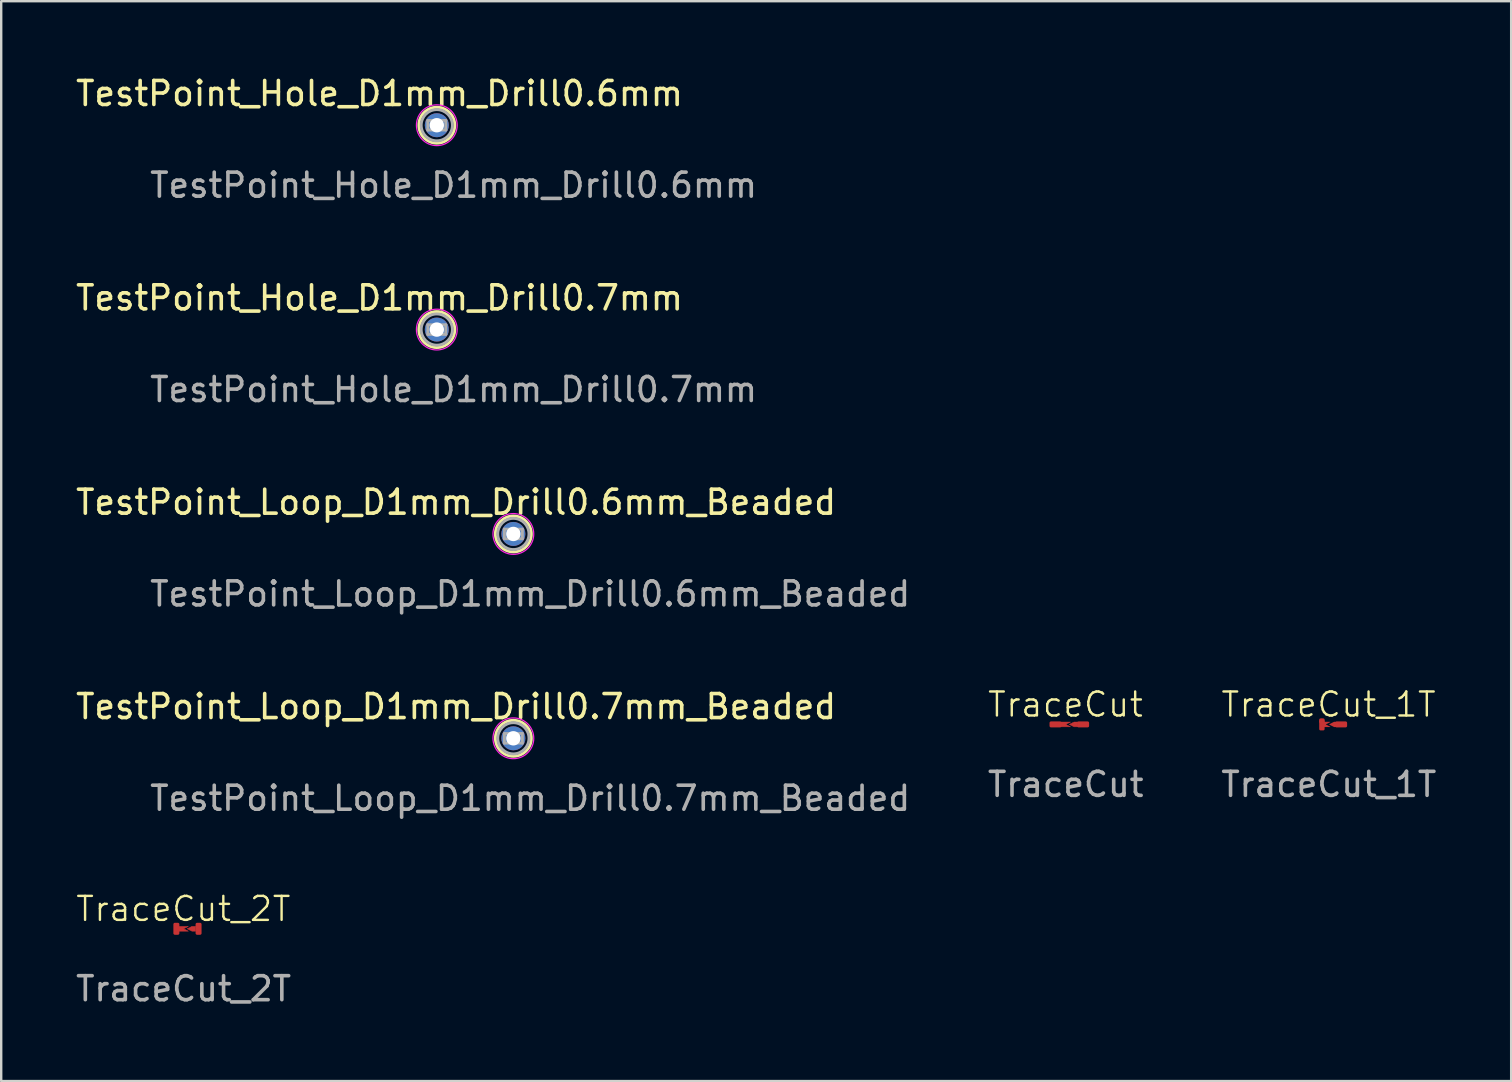
<source format=kicad_pcb>
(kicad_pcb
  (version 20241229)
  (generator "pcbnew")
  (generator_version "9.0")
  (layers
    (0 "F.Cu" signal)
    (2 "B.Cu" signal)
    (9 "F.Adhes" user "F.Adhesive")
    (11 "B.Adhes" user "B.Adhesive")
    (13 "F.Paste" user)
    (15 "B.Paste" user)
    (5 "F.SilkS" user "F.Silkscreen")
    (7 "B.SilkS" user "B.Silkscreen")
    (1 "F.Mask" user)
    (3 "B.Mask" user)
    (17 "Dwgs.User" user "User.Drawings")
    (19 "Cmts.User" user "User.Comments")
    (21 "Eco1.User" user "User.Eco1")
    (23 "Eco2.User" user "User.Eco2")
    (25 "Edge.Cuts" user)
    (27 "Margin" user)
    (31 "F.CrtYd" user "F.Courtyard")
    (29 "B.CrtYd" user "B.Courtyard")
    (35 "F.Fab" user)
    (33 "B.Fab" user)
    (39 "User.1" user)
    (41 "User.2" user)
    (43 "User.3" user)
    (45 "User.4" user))
  (footprint "TraceCut"
    (layer "F.Cu")
    (at 41.367 27.142)
    (property "Reference" "TraceCut" (at -0.01 -0.83 0) (unlocked yes) (layer "F.SilkS") (effects (font (size 1 1) (thickness 0.1))))
    (attr smd)
    (fp_poly (pts (xy 0.15 0) (xy 0.35 -0.1) (xy 0.5 -0.1) (xy 0.5 0.1) (xy 0.35 0.1)) (stroke (width 0.02) (type solid)) (fill yes) (layer "F.Cu"))
    (fp_poly (pts (xy 0.2 -0.1) (xy 0 0) (xy 0.2 0.1) (xy -0.2 0.1) (xy -0.2 -0.1)) (stroke (width 0.02) (type solid)) (fill yes) (layer "F.Cu"))
    (fp_poly (pts (xy -0.06 -0.11) (xy 0.37 -0.11) (xy 0.37 0.11) (xy -0.06 0.11)) (stroke (width 0.02) (type solid)) (fill yes) (layer "F.Mask"))
    (fp_text user "${REFERENCE}" (at 0 2.5 0) (unlocked yes) (layer "F.Fab") (effects (font (size 1 1) (thickness 0.15))))
    (pad "1" smd roundrect (at -0.425 0) (size 0.5 0.25) (layers "F.Cu" "F.Mask" "F.Paste") (roundrect_rratio 0.25))
    (pad "2" smd roundrect (at 0.725 0) (size 0.5 0.25) (layers "F.Cu" "F.Mask" "F.Paste") (roundrect_rratio 0.25)))
  (footprint "TestPoint_Loop_D1mm_Drill0.6mm_Beaded"
    (layer "F.Cu")
    (at 18.346 19.204)
    (property "Reference" "TestPoint_Loop_D1mm_Drill0.6mm_Beaded" (at -2.388 -1.321 0) (layer "F.SilkS") (effects (font (size 1 1) (thickness 0.15))))
    (attr through_hole)
    (fp_circle (center 0 0) (end 0.75 0) (stroke (width 0.12) (type solid)) (fill no) (layer "F.SilkS"))
    (fp_circle (center 0 0) (end 0.85 0) (stroke (width 0.05) (type solid)) (fill no) (layer "F.CrtYd"))
    (fp_line (start -0.375 -0.2) (end 0.375 -0.2) (stroke (width 0.12) (type solid)) (layer "F.Fab"))
    (fp_line (start -0.375 0.2) (end -0.375 -0.2) (stroke (width 0.12) (type solid)) (layer "F.Fab"))
    (fp_line (start 0.375 -0.2) (end 0.375 0.2) (stroke (width 0.12) (type solid)) (layer "F.Fab"))
    (fp_line (start 0.375 0.2) (end -0.375 0.2) (stroke (width 0.12) (type solid)) (layer "F.Fab"))
    (fp_circle (center 0 0) (end 0.65 0) (stroke (width 0.12) (type solid)) (fill no) (layer "F.Fab"))
    (fp_text user "${REFERENCE}" (at 0.7 2.5 0) (layer "F.Fab") (effects (font (size 1 1) (thickness 0.15))))
    (pad "1" thru_hole circle (at 0 0) (size 1 1) (drill 0.6) (layers "*.Cu" "*.Mask")))
  (footprint "TraceCut_2T"
    (layer "F.Cu")
    (at 4.601 35.66)
    (property "Reference" "TraceCut_2T" (at -0.01 -0.83 0) (unlocked yes) (layer "F.SilkS") (effects (font (size 1 1) (thickness 0.1))))
    (attr smd)
    (fp_poly (pts (xy 0.15 0) (xy 0.35 -0.1) (xy 0.5 -0.1) (xy 0.5 0.1) (xy 0.35 0.1)) (stroke (width 0.02) (type solid)) (fill yes) (layer "F.Cu"))
    (fp_poly (pts (xy 0.2 -0.1) (xy 0 0) (xy 0.2 0.1) (xy -0.2 0.1) (xy -0.2 -0.1)) (stroke (width 0.02) (type solid)) (fill yes) (layer "F.Cu"))
    (fp_poly (pts (xy -0.06 -0.11) (xy 0.37 -0.11) (xy 0.37 0.11) (xy -0.06 0.11)) (stroke (width 0.02) (type solid)) (fill yes) (layer "F.Mask"))
    (fp_text user "${REFERENCE}" (at 0 2.5 0) (unlocked yes) (layer "F.Fab") (effects (font (size 1 1) (thickness 0.15))))
    (pad "1" smd roundrect (at -0.3 0 90) (size 0.5 0.25) (layers "F.Cu" "F.Mask" "F.Paste") (roundrect_rratio 0.25))
    (pad "2" smd roundrect (at 0.625 0 90) (size 0.5 0.25) (layers "F.Cu" "F.Mask" "F.Paste") (roundrect_rratio 0.25)))
  (footprint "TestPoint_Hole_D1mm_Drill0.6mm"
    (layer "F.Cu")
    (at 15.155 2.169)
    (property "Reference" "TestPoint_Hole_D1mm_Drill0.6mm" (at -2.388 -1.321 0) (layer "F.SilkS") (effects (font (size 1 1) (thickness 0.15))))
    (attr through_hole)
    (fp_circle (center 0 0) (end 0.75 0) (stroke (width 0.12) (type solid)) (fill no) (layer "F.SilkS"))
    (fp_circle (center 0 0) (end 0.85 0) (stroke (width 0.05) (type solid)) (fill no) (layer "F.CrtYd"))
    (fp_line (start -0.375 -0.2) (end 0.375 -0.2) (stroke (width 0.12) (type solid)) (layer "F.Fab"))
    (fp_line (start -0.375 0.2) (end -0.375 -0.2) (stroke (width 0.12) (type solid)) (layer "F.Fab"))
    (fp_line (start 0.375 -0.2) (end 0.375 0.2) (stroke (width 0.12) (type solid)) (layer "F.Fab"))
    (fp_line (start 0.375 0.2) (end -0.375 0.2) (stroke (width 0.12) (type solid)) (layer "F.Fab"))
    (fp_circle (center 0 0) (end 0.65 0) (stroke (width 0.12) (type solid)) (fill no) (layer "F.Fab"))
    (fp_text user "${REFERENCE}" (at 0.7 2.5 0) (layer "F.Fab") (effects (font (size 1 1) (thickness 0.15))))
    (pad "1" thru_hole circle (at 0 0) (size 1 1) (drill 0.6) (layers "*.Cu" "*.Mask")))
  (footprint "TraceCut_1T"
    (layer "F.Cu")
    (at 52.332 27.142)
    (property "Reference" "TraceCut_1T" (at -0.01 -0.83 0) (unlocked yes) (layer "F.SilkS") (effects (font (size 1 1) (thickness 0.1))))
    (attr smd)
    (fp_rect (start -0.15 -0.075) (end 0.275 0.075) (stroke (width 0.1) (type solid)) (fill yes) (layer "F.Mask"))
    (fp_text user "${REFERENCE}" (at 0 2.5 0) (unlocked yes) (layer "F.Fab") (effects (font (size 1 1) (thickness 0.15))))
    (pad "1" smd circle (at -0.287 -0.125 180) (size 0.225 0.225) (layers "F.Cu" "F.Mask"))
    (pad "1" smd custom (at -0.287 0.125 180) (size 0.225 0.225) (layers "F.Cu" "F.Mask") (options (anchor circle)) (primitives (gr_poly (pts (xy 0.057 -0.125) (xy 0.078 -0.121) (xy 0.097 -0.109) (xy 0.109 -0.09) (xy 0.113 -0.069) (xy 0.113 0.319) (xy 0.109 0.34) (xy 0.097 0.359) (xy 0.078 0.371) (xy 0.057 0.375) (xy -0.056 0.375) (xy -0.077 0.371) (xy -0.096 0.359) (xy -0.108 0.34) (xy -0.112 0.319) (xy -0.112 -0.069) (xy -0.108 -0.09) (xy -0.096 -0.109) (xy -0.077 -0.121) (xy -0.056 -0.125)) (width 0) (fill yes)) (gr_poly (pts (xy -0.337 0.225) (xy -0.137 0.125) (xy -0.337 0.025) (xy -0.062 0.025) (xy -0.062 0.225)) (width 0.02) (fill yes))))
    (pad "2" smd custom (at 0.625 0 90) (size 0.25 0.25) (layers "F.Cu" "F.Mask") (options (anchor circle)) (primitives (gr_poly (pts (xy -0.062 0.138) (xy -0.086 0.133) (xy -0.107 0.119) (xy -0.12 0.099) (xy -0.125 0.075) (xy -0.125 -0.3) (xy -0.12 -0.324) (xy -0.107 -0.344) (xy -0.086 -0.358) (xy -0.062 -0.362) (xy 0.062 -0.362) (xy 0.086 -0.358) (xy 0.107 -0.344) (xy 0.12 -0.324) (xy 0.125 -0.3) (xy 0.125 0.075) (xy 0.12 0.099) (xy 0.107 0.119) (xy 0.086 0.133) (xy 0.062 0.138)) (width 0) (fill yes)) (gr_poly (pts (xy 0 -0.6) (xy 0.1 -0.4) (xy 0.1 -0.25) (xy -0.1 -0.25) (xy -0.1 -0.4)) (width 0.02) (fill yes)))))
  (footprint "TestPoint_Loop_D1mm_Drill0.7mm_Beaded"
    (layer "F.Cu")
    (at 18.346 27.721)
    (property "Reference" "TestPoint_Loop_D1mm_Drill0.7mm_Beaded" (at -2.388 -1.321 0) (layer "F.SilkS") (effects (font (size 1 1) (thickness 0.15))))
    (attr through_hole)
    (fp_circle (center 0 0) (end 0.75 0) (stroke (width 0.12) (type solid)) (fill no) (layer "F.SilkS"))
    (fp_circle (center 0 0) (end 0.85 0) (stroke (width 0.05) (type solid)) (fill no) (layer "F.CrtYd"))
    (fp_line (start -0.375 -0.2) (end 0.375 -0.2) (stroke (width 0.12) (type solid)) (layer "F.Fab"))
    (fp_line (start -0.375 0.2) (end -0.375 -0.2) (stroke (width 0.12) (type solid)) (layer "F.Fab"))
    (fp_line (start 0.375 -0.2) (end 0.375 0.2) (stroke (width 0.12) (type solid)) (layer "F.Fab"))
    (fp_line (start 0.375 0.2) (end -0.375 0.2) (stroke (width 0.12) (type solid)) (layer "F.Fab"))
    (fp_circle (center 0 0) (end 0.65 0) (stroke (width 0.12) (type solid)) (fill no) (layer "F.Fab"))
    (fp_text user "${REFERENCE}" (at 0.7 2.5 0) (layer "F.Fab") (effects (font (size 1 1) (thickness 0.15))))
    (pad "1" thru_hole circle (at 0 0) (size 1 1) (drill 0.6) (layers "*.Cu" "*.Mask")))
  (footprint "TestPoint_Hole_D1mm_Drill0.7mm"
    (layer "F.Cu")
    (at 15.155 10.686)
    (property "Reference" "TestPoint_Hole_D1mm_Drill0.7mm" (at -2.388 -1.321 0) (layer "F.SilkS") (effects (font (size 1 1) (thickness 0.15))))
    (attr through_hole)
    (fp_circle (center 0 0) (end 0.75 0) (stroke (width 0.12) (type solid)) (fill no) (layer "F.SilkS"))
    (fp_circle (center 0 0) (end 0.85 0) (stroke (width 0.05) (type solid)) (fill no) (layer "F.CrtYd"))
    (fp_line (start -0.375 -0.2) (end 0.375 -0.2) (stroke (width 0.12) (type solid)) (layer "F.Fab"))
    (fp_line (start -0.375 0.2) (end -0.375 -0.2) (stroke (width 0.12) (type solid)) (layer "F.Fab"))
    (fp_line (start 0.375 -0.2) (end 0.375 0.2) (stroke (width 0.12) (type solid)) (layer "F.Fab"))
    (fp_line (start 0.375 0.2) (end -0.375 0.2) (stroke (width 0.12) (type solid)) (layer "F.Fab"))
    (fp_circle (center 0 0) (end 0.65 0) (stroke (width 0.12) (type solid)) (fill no) (layer "F.Fab"))
    (fp_text user "${REFERENCE}" (at 0.7 2.5 0) (layer "F.Fab") (effects (font (size 1 1) (thickness 0.15))))
    (pad "1" thru_hole circle (at 0 0) (size 1 1) (drill 0.6) (layers "*.Cu" "*.Mask")))
  (gr_rect
    (start -3 -3)
    (end 59.933 42.008)
    (stroke (width 0.1) (type default))
    (fill no)
    (layer "Edge.Cuts")))
</source>
